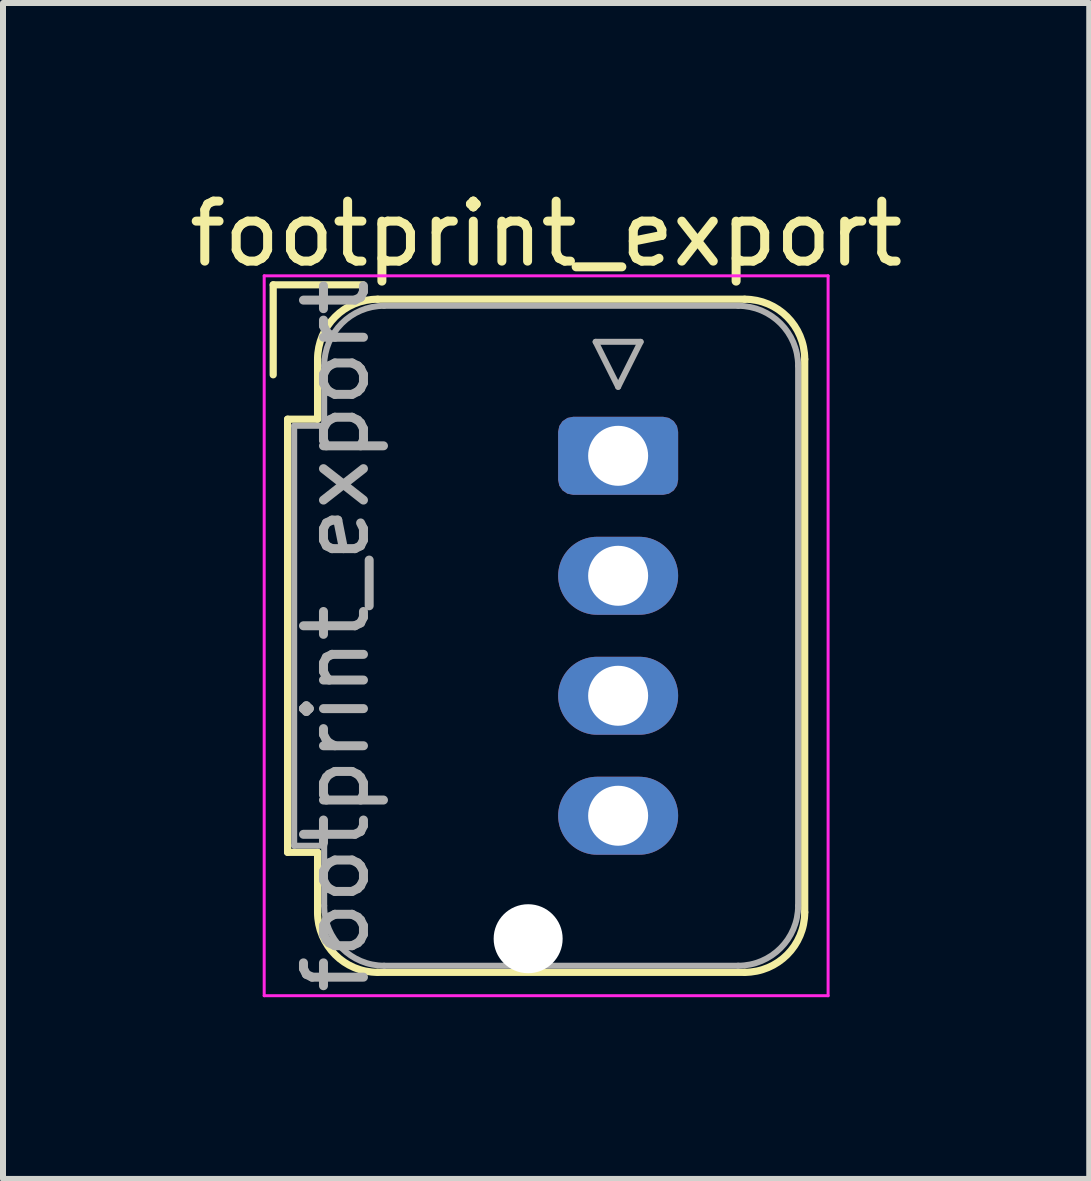
<source format=kicad_pcb>
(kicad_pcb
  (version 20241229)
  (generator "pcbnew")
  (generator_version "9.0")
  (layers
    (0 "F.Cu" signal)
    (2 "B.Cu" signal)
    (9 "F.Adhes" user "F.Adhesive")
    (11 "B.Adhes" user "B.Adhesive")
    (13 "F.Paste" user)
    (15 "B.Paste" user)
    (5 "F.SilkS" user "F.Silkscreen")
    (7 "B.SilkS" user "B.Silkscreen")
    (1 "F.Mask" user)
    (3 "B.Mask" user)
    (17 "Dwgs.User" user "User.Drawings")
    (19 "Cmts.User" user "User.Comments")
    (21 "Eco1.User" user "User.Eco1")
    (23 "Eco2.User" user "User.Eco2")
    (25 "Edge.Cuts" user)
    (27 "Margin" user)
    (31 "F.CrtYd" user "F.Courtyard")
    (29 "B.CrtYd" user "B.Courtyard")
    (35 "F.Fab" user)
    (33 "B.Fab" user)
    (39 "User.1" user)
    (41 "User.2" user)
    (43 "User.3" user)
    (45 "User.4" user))
  (footprint "footprint_export"
    (layer "F.Cu")
    (at 7.254 4.548)
    (property "Reference" "footprint_export" (at -1.2 -3.7 0) (layer "F.SilkS") (effects (font (size 1 1) (thickness 0.15))))
    (attr through_hole)
    (fp_line (start -5.75 -2.85) (end -4.25 -2.85) (stroke (width 0.12) (type solid)) (layer "F.SilkS"))
    (fp_line (start -5.75 -1.35) (end -5.75 -2.85) (stroke (width 0.12) (type solid)) (layer "F.SilkS"))
    (fp_line (start -5.51 -0.61) (end -5.51 6.61) (stroke (width 0.12) (type solid)) (layer "F.SilkS"))
    (fp_line (start -5.51 6.61) (end -5.01 6.61) (stroke (width 0.12) (type solid)) (layer "F.SilkS"))
    (fp_line (start -5.01 -1.61) (end -5.01 -0.61) (stroke (width 0.12) (type solid)) (layer "F.SilkS"))
    (fp_line (start -5.01 -0.61) (end -5.51 -0.61) (stroke (width 0.12) (type solid)) (layer "F.SilkS"))
    (fp_line (start -5.01 6.61) (end -5.01 7.61) (stroke (width 0.12) (type solid)) (layer "F.SilkS"))
    (fp_line (start -4.01 -2.61) (end 2.11 -2.61) (stroke (width 0.12) (type solid)) (layer "F.SilkS"))
    (fp_line (start -4.01 8.61) (end 2.11 8.61) (stroke (width 0.12) (type solid)) (layer "F.SilkS"))
    (fp_line (start 3.11 -1.61) (end 3.11 7.61) (stroke (width 0.12) (type solid)) (layer "F.SilkS"))
    (fp_arc (start -5.01 -1.61) (mid -4.717107 -2.317107) (end -4.01 -2.61) (stroke (width 0.12) (type solid)) (layer "F.SilkS"))
    (fp_arc (start -4.01 8.61) (mid -4.717107 8.317107) (end -5.01 7.61) (stroke (width 0.12) (type solid)) (layer "F.SilkS"))
    (fp_arc (start 2.11 -2.61) (mid 2.817107 -2.317107) (end 3.11 -1.61) (stroke (width 0.12) (type solid)) (layer "F.SilkS"))
    (fp_arc (start 3.11 7.61) (mid 2.817107 8.317107) (end 2.11 8.61) (stroke (width 0.12) (type solid)) (layer "F.SilkS"))
    (fp_line (start -5.9 -3) (end -5.9 9) (stroke (width 0.05) (type solid)) (layer "F.CrtYd"))
    (fp_line (start -5.9 9) (end 3.5 9) (stroke (width 0.05) (type solid)) (layer "F.CrtYd"))
    (fp_line (start 3.5 -3) (end -5.9 -3) (stroke (width 0.05) (type solid)) (layer "F.CrtYd"))
    (fp_line (start 3.5 9) (end 3.5 -3) (stroke (width 0.05) (type solid)) (layer "F.CrtYd"))
    (fp_line (start -5.4 -0.5) (end -5.4 6.5) (stroke (width 0.1) (type solid)) (layer "F.Fab"))
    (fp_line (start -5.4 6.5) (end -4.9 6.5) (stroke (width 0.1) (type solid)) (layer "F.Fab"))
    (fp_line (start -4.9 -1.5) (end -4.9 -0.5) (stroke (width 0.1) (type solid)) (layer "F.Fab"))
    (fp_line (start -4.9 -0.5) (end -5.4 -0.5) (stroke (width 0.1) (type solid)) (layer "F.Fab"))
    (fp_line (start -4.9 6.5) (end -4.9 7.5) (stroke (width 0.1) (type solid)) (layer "F.Fab"))
    (fp_line (start -3.9 -2.5) (end 2 -2.5) (stroke (width 0.1) (type solid)) (layer "F.Fab"))
    (fp_line (start -3.9 8.5) (end 2 8.5) (stroke (width 0.1) (type solid)) (layer "F.Fab"))
    (fp_line (start -0.375 -1.9) (end 0.375 -1.9) (stroke (width 0.1) (type solid)) (layer "F.Fab"))
    (fp_line (start 0 -1.15) (end -0.375 -1.9) (stroke (width 0.1) (type solid)) (layer "F.Fab"))
    (fp_line (start 0.375 -1.9) (end 0 -1.15) (stroke (width 0.1) (type solid)) (layer "F.Fab"))
    (fp_line (start 3 -1.5) (end 3 7.5) (stroke (width 0.1) (type solid)) (layer "F.Fab"))
    (fp_arc (start -4.9 -1.5) (mid -4.607107 -2.207107) (end -3.9 -2.5) (stroke (width 0.1) (type solid)) (layer "F.Fab"))
    (fp_arc (start -3.9 8.5) (mid -4.607107 8.207107) (end -4.9 7.5) (stroke (width 0.1) (type solid)) (layer "F.Fab"))
    (fp_arc (start 2 -2.5) (mid 2.707107 -2.207107) (end 3 -1.5) (stroke (width 0.1) (type solid)) (layer "F.Fab"))
    (fp_arc (start 3 7.5) (mid 2.707107 8.207107) (end 2 8.5) (stroke (width 0.1) (type solid)) (layer "F.Fab"))
    (fp_text user "${REFERENCE}" (at -4.7 3 90) (layer "F.Fab") (effects (font (size 1 1) (thickness 0.15))))
    (pad "" np_thru_hole circle (at -1.5 8.05) (size 1.15 1.15) (drill 1.15) (layers "*.Cu" "*.Mask"))
    (pad "1" thru_hole roundrect (at 0 0) (size 2 1.3) (drill 1) (layers "*.Cu" "*.Mask") (roundrect_rratio 0.192))
    (pad "2" thru_hole oval (at 0 2) (size 2 1.3) (drill 1) (layers "*.Cu" "*.Mask"))
    (pad "3" thru_hole oval (at 0 4) (size 2 1.3) (drill 1) (layers "*.Cu" "*.Mask"))
    (pad "4" thru_hole oval (at 0 6) (size 2 1.3) (drill 1) (layers "*.Cu" "*.Mask")))
  (gr_rect
    (start -3 -3)
    (end 15.107 16.602)
    (stroke (width 0.1) (type default))
    (fill no)
    (layer "Edge.Cuts")))
</source>
